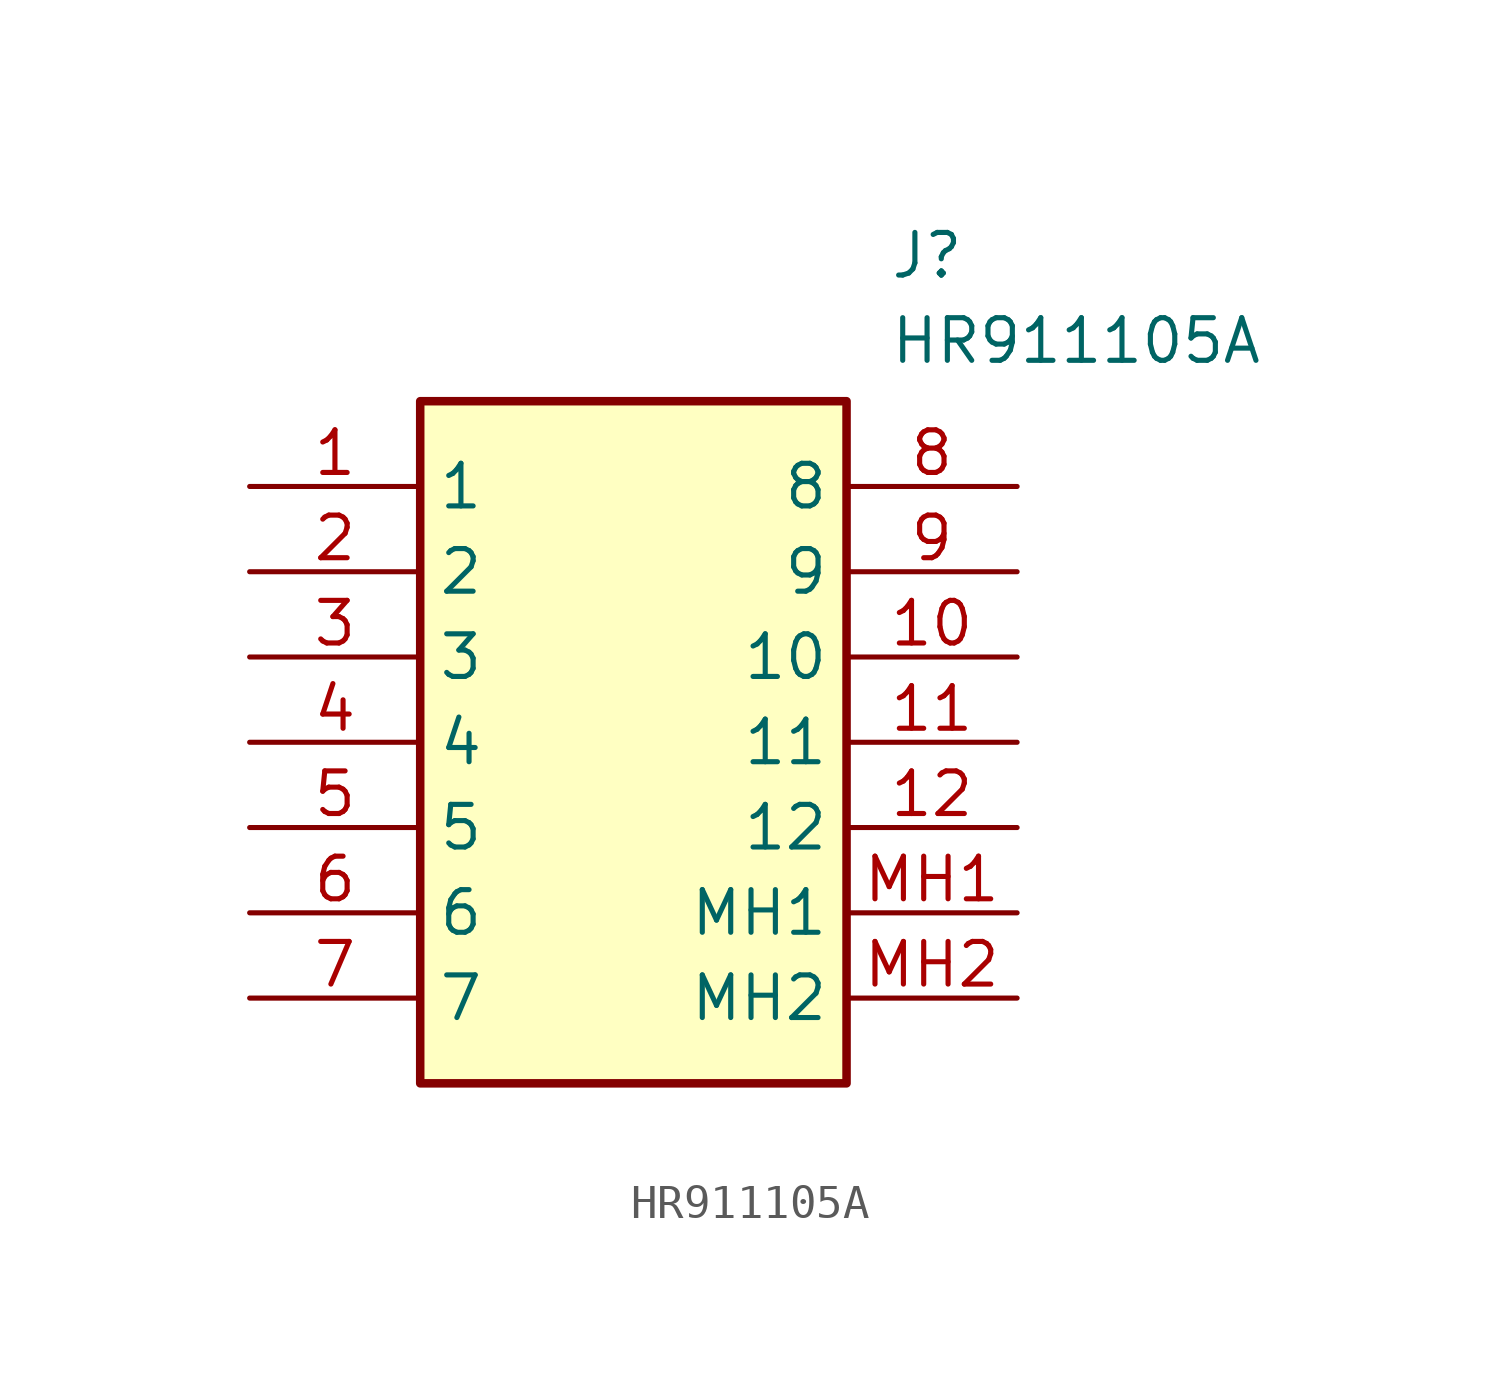
<source format=kicad_sym>
(kicad_symbol_lib
  (version 20211014)
  (generator SamacSys_ECAD_Model)
  (symbol "HR911105A"
    (property "Reference" "J"
      (at 19.05 7.62 0)
      (effects (font (size 1.27 1.27)) (justify left top)))
    (property "Value" "HR911105A"
      (at 19.05 5.08 0)
      (effects (font (size 1.27 1.27)) (justify left top)))
    (rectangle
      (start 5.08 2.54)
      (end 17.78 -17.78)
      (stroke (width 0.254) (type default))
      (fill (type background)))
    (pin passive line
      (at 0 0 0)
      (length 5.08)
      (name "1" (effects (font (size 1.27 1.27))))
      (number "1" (effects (font (size 1.27 1.27)))))
    (pin passive line
      (at 0 -2.54 0)
      (length 5.08)
      (name "2" (effects (font (size 1.27 1.27))))
      (number "2" (effects (font (size 1.27 1.27)))))
    (pin passive line
      (at 0 -5.08 0)
      (length 5.08)
      (name "3" (effects (font (size 1.27 1.27))))
      (number "3" (effects (font (size 1.27 1.27)))))
    (pin passive line
      (at 0 -7.62 0)
      (length 5.08)
      (name "4" (effects (font (size 1.27 1.27))))
      (number "4" (effects (font (size 1.27 1.27)))))
    (pin passive line
      (at 0 -10.16 0)
      (length 5.08)
      (name "5" (effects (font (size 1.27 1.27))))
      (number "5" (effects (font (size 1.27 1.27)))))
    (pin passive line
      (at 0 -12.7 0)
      (length 5.08)
      (name "6" (effects (font (size 1.27 1.27))))
      (number "6" (effects (font (size 1.27 1.27)))))
    (pin passive line
      (at 0 -15.24 0)
      (length 5.08)
      (name "7" (effects (font (size 1.27 1.27))))
      (number "7" (effects (font (size 1.27 1.27)))))
    (pin passive line
      (at 22.86 0 180)
      (length 5.08)
      (name "8" (effects (font (size 1.27 1.27))))
      (number "8" (effects (font (size 1.27 1.27)))))
    (pin passive line
      (at 22.86 -2.54 180)
      (length 5.08)
      (name "9" (effects (font (size 1.27 1.27))))
      (number "9" (effects (font (size 1.27 1.27)))))
    (pin passive line
      (at 22.86 -5.08 180)
      (length 5.08)
      (name "10" (effects (font (size 1.27 1.27))))
      (number "10" (effects (font (size 1.27 1.27)))))
    (pin passive line
      (at 22.86 -7.62 180)
      (length 5.08)
      (name "11" (effects (font (size 1.27 1.27))))
      (number "11" (effects (font (size 1.27 1.27)))))
    (pin passive line
      (at 22.86 -10.16 180)
      (length 5.08)
      (name "12" (effects (font (size 1.27 1.27))))
      (number "12" (effects (font (size 1.27 1.27)))))
    (pin passive line
      (at 22.86 -12.7 180)
      (length 5.08)
      (name "MH1" (effects (font (size 1.27 1.27))))
      (number "MH1" (effects (font (size 1.27 1.27)))))
    (pin passive line
      (at 22.86 -15.24 180)
      (length 5.08)
      (name "MH2" (effects (font (size 1.27 1.27))))
      (number "MH2" (effects (font (size 1.27 1.27)))))))
</source>
